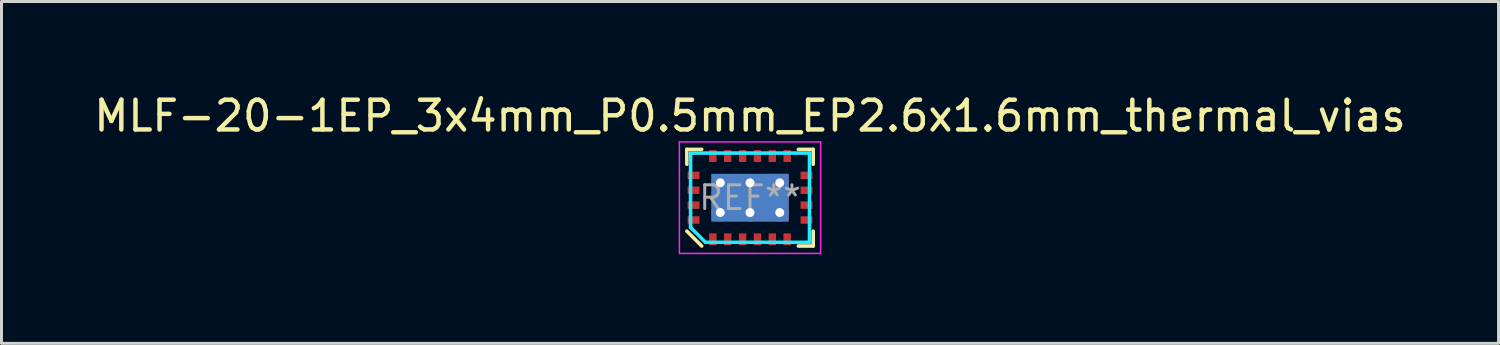
<source format=kicad_pcb>
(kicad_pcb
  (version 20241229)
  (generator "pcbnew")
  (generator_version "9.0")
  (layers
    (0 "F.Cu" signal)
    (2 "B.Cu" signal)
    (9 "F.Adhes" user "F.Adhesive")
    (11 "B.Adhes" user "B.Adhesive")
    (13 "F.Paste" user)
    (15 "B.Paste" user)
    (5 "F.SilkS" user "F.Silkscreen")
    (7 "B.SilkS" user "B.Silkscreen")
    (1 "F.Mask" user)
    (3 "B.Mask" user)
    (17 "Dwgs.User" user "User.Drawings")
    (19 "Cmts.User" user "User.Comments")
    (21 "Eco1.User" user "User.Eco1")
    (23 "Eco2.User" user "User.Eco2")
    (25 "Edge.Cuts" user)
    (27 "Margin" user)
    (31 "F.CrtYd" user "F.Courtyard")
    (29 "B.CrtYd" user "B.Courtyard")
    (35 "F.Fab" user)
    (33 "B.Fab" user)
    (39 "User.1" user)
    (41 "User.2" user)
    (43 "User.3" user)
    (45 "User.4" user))
  (footprint "MLF-20-1EP_3x4mm_P0.5mm_EP2.6x1.6mm_thermal_vias"
    (layer "F.Cu")
    (at 22.173 3.598)
    (property "Reference" "MLF-20-1EP_3x4mm_P0.5mm_EP2.6x1.6mm_thermal_vias" (at 0 -2.75 0) (layer "F.SilkS") (effects (font (size 1 1) (thickness 0.15))))
    (attr smd)
    (fp_poly (pts (xy 1.299 0.803) (xy -1.297 0.799) (xy -1.297 -0.8) (xy 1.303 -0.803)) (stroke (width 0) (type solid)) (fill yes) (layer "B.Cu"))
    (fp_line (start -2.125 -1.625) (end -1.625 -1.625) (stroke (width 0.12) (type solid)) (layer "F.SilkS"))
    (fp_line (start -2.125 -1.125) (end -2.125 -1.625) (stroke (width 0.12) (type solid)) (layer "F.SilkS"))
    (fp_line (start -1.625 1.625) (end -2.125 1.125) (stroke (width 0.12) (type solid)) (layer "F.SilkS"))
    (fp_line (start 1.625 -1.625) (end 2.125 -1.625) (stroke (width 0.12) (type solid)) (layer "F.SilkS"))
    (fp_line (start 2.125 -1.625) (end 2.125 -1.125) (stroke (width 0.12) (type solid)) (layer "F.SilkS"))
    (fp_line (start 2.125 1.125) (end 2.125 1.625) (stroke (width 0.12) (type solid)) (layer "F.SilkS"))
    (fp_line (start 2.125 1.625) (end 1.625 1.625) (stroke (width 0.12) (type solid)) (layer "F.SilkS"))
    (fp_poly (pts (xy -0.12 -0.122) (xy -1.12 -0.122) (xy -1.12 -0.622) (xy -0.12 -0.622)) (stroke (width 0) (type solid)) (fill yes) (layer "F.Paste"))
    (fp_poly (pts (xy -0.12 0.628) (xy -1.12 0.628) (xy -1.12 0.128) (xy -0.12 0.128)) (stroke (width 0) (type solid)) (fill yes) (layer "F.Paste"))
    (fp_poly (pts (xy 1.13 -0.122) (xy 0.13 -0.122) (xy 0.13 -0.622) (xy 1.13 -0.622)) (stroke (width 0) (type solid)) (fill yes) (layer "F.Paste"))
    (fp_poly (pts (xy 1.13 0.628) (xy 0.13 0.628) (xy 0.13 0.128) (xy 1.13 0.128)) (stroke (width 0) (type solid)) (fill yes) (layer "F.Paste"))
    (fp_line (start -2 -1.5) (end 2 -1.5) (stroke (width 0.12) (type solid)) (layer "B.CrtYd"))
    (fp_line (start -2 1) (end -2 -1.5) (stroke (width 0.12) (type solid)) (layer "B.CrtYd"))
    (fp_line (start -1.5 1.5) (end -2 1) (stroke (width 0.12) (type solid)) (layer "B.CrtYd"))
    (fp_line (start 2 -1.5) (end 2 1.5) (stroke (width 0.12) (type solid)) (layer "B.CrtYd"))
    (fp_line (start 2 1.5) (end -1.5 1.5) (stroke (width 0.12) (type solid)) (layer "B.CrtYd"))
    (fp_line (start -2.375 -1.875) (end 2.375 -1.875) (stroke (width 0.05) (type solid)) (layer "F.CrtYd"))
    (fp_line (start -2.375 1.875) (end -2.375 -1.875) (stroke (width 0.05) (type solid)) (layer "F.CrtYd"))
    (fp_line (start 2.375 -1.875) (end 2.375 1.875) (stroke (width 0.05) (type solid)) (layer "F.CrtYd"))
    (fp_line (start 2.375 1.875) (end -2.375 1.875) (stroke (width 0.05) (type solid)) (layer "F.CrtYd"))
    (fp_text user "REF**" (at 0 0 0) (layer "F.Fab") (effects (font (size 0.8 0.8) (thickness 0.1))))
    (pad "1" smd rect (at -1.25 1.4 180) (size 0.25 0.4) (layers "F.Cu" "F.Mask" "F.Paste"))
    (pad "2" smd rect (at -0.75 1.4 180) (size 0.25 0.4) (layers "F.Cu" "F.Mask" "F.Paste"))
    (pad "3" smd rect (at -0.25 1.4 180) (size 0.25 0.4) (layers "F.Cu" "F.Mask" "F.Paste"))
    (pad "4" smd rect (at 0.25 1.4 180) (size 0.25 0.4) (layers "F.Cu" "F.Mask" "F.Paste"))
    (pad "5" smd rect (at 0.75 1.4 180) (size 0.25 0.4) (layers "F.Cu" "F.Mask" "F.Paste"))
    (pad "6" smd rect (at 1.25 1.4 180) (size 0.25 0.4) (layers "F.Cu" "F.Mask" "F.Paste"))
    (pad "7" smd rect (at 1.9 0.75 270) (size 0.25 0.4) (layers "F.Cu" "F.Mask" "F.Paste"))
    (pad "8" smd rect (at 1.9 0.25 270) (size 0.25 0.4) (layers "F.Cu" "F.Mask" "F.Paste"))
    (pad "9" smd rect (at 1.9 -0.25 270) (size 0.25 0.4) (layers "F.Cu" "F.Mask" "F.Paste"))
    (pad "10" smd rect (at 1.9 -0.75 270) (size 0.25 0.4) (layers "F.Cu" "F.Mask" "F.Paste"))
    (pad "11" smd rect (at 1.25 -1.4) (size 0.25 0.4) (layers "F.Cu" "F.Mask" "F.Paste"))
    (pad "12" smd rect (at 0.75 -1.4) (size 0.25 0.4) (layers "F.Cu" "F.Mask" "F.Paste"))
    (pad "13" smd rect (at 0.25 -1.4) (size 0.25 0.4) (layers "F.Cu" "F.Mask" "F.Paste"))
    (pad "14" smd rect (at -0.25 -1.4) (size 0.25 0.4) (layers "F.Cu" "F.Mask" "F.Paste"))
    (pad "15" smd rect (at -0.75 -1.4) (size 0.25 0.4) (layers "F.Cu" "F.Mask" "F.Paste"))
    (pad "16" smd rect (at -1.25 -1.4) (size 0.25 0.4) (layers "F.Cu" "F.Mask" "F.Paste"))
    (pad "17" smd rect (at -1.9 -0.75 90) (size 0.25 0.4) (layers "F.Cu" "F.Mask" "F.Paste"))
    (pad "18" smd rect (at -1.9 -0.25 90) (size 0.25 0.4) (layers "F.Cu" "F.Mask" "F.Paste"))
    (pad "19" smd rect (at -1.9 0.25 90) (size 0.25 0.4) (layers "F.Cu" "F.Mask" "F.Paste"))
    (pad "20" smd rect (at -1.9 0.75 90) (size 0.25 0.4) (layers "F.Cu" "F.Mask" "F.Paste"))
    (pad "21" thru_hole circle (at -1 -0.5) (size 0.6 0.6) (drill 0.3) (layers "*.Cu" "F.Mask"))
    (pad "21" thru_hole circle (at -1 0.5) (size 0.6 0.6) (drill 0.3) (layers "*.Cu" "F.Mask"))
    (pad "21" thru_hole circle (at 0 -0.5) (size 0.6 0.6) (drill 0.3) (layers "*.Cu" "F.Mask"))
    (pad "21" smd rect (at 0 0 90) (size 1.6 2.6) (layers "F.Cu" "F.Mask"))
    (pad "21" thru_hole circle (at 0 0.5) (size 0.6 0.6) (drill 0.3) (layers "*.Cu" "F.Mask"))
    (pad "21" thru_hole circle (at 1 -0.5) (size 0.6 0.6) (drill 0.3) (layers "*.Cu" "F.Mask"))
    (pad "21" thru_hole circle (at 1 0.5) (size 0.6 0.6) (drill 0.3) (layers "*.Cu" "F.Mask")))
  (gr_rect
    (start -3 -3)
    (end 47.345 8.498)
    (stroke (width 0.1) (type default))
    (fill no)
    (layer "Edge.Cuts")))
</source>
